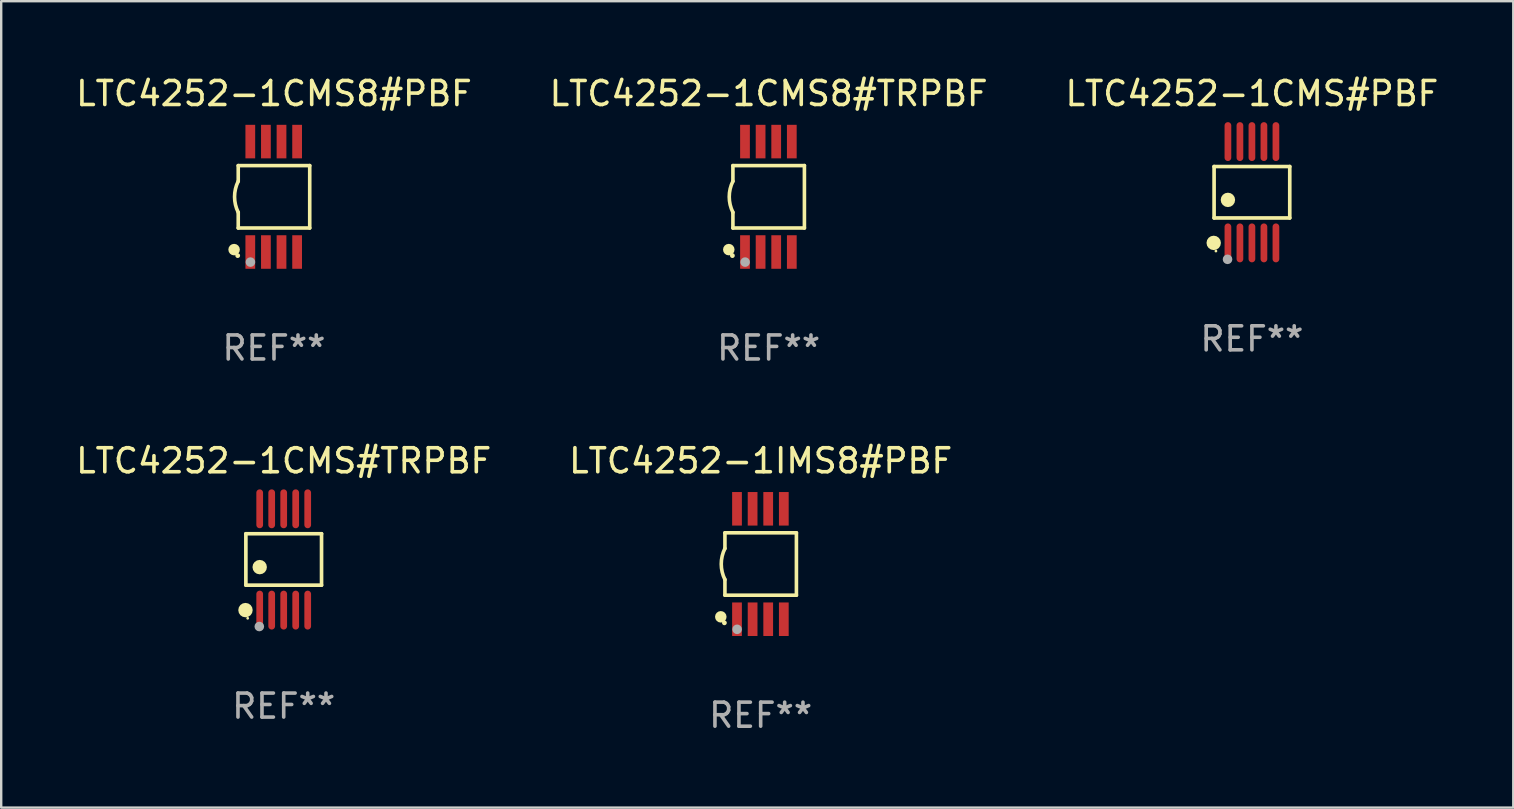
<source format=kicad_pcb>
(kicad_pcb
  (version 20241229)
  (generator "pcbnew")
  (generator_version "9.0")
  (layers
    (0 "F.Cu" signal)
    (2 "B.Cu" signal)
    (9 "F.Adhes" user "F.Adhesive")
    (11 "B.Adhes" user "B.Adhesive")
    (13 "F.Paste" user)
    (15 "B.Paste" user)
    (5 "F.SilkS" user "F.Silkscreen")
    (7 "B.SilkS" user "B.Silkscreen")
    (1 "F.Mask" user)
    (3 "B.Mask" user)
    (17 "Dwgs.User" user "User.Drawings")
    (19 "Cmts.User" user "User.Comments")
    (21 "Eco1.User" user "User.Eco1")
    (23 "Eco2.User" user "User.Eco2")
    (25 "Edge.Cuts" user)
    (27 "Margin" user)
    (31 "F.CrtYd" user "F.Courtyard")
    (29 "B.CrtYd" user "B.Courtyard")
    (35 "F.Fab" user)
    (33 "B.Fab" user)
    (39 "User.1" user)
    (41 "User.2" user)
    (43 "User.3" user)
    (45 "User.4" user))
  (footprint "LTC4252-1CMS8#PBF"
    (layer "F.Cu")
    (at 8.363 5.148)
    (property "Reference" "LTC4252-1CMS8#PBF" (at 0 -4.3 0) (layer "F.SilkS") (effects (font (size 1 1) (thickness 0.15))))
    (attr through_hole)
    (fp_line (start -1.489 -1.3) (end -1.489 -0.648) (stroke (width 0.15) (type solid)) (layer "F.SilkS"))
    (fp_line (start -1.489 0.648) (end -1.489 1.3) (stroke (width 0.15) (type solid)) (layer "F.SilkS"))
    (fp_line (start -1.489 1.3) (end 1.489 1.3) (stroke (width 0.15) (type solid)) (layer "F.SilkS"))
    (fp_line (start 1.489 -1.3) (end -1.489 -1.3) (stroke (width 0.15) (type solid)) (layer "F.SilkS"))
    (fp_line (start 1.489 1.3) (end 1.489 -1.3) (stroke (width 0.15) (type solid)) (layer "F.SilkS"))
    (fp_arc (start -1.489205 0.647702) (mid -1.642107 0) (end -1.489205 -0.647701) (stroke (width 0.150013) (type solid)) (layer "F.SilkS"))
    (fp_circle (center -1.661 2.2) (end -1.541 2.2) (stroke (width 0.24) (type solid)) (fill no) (layer "F.SilkS"))
    (fp_circle (center -1.511 2.45) (end -1.461 2.45) (stroke (width 0.1) (type solid)) (fill no) (layer "F.SilkS"))
    (fp_circle (center -0.981 2.72) (end -0.881 2.72) (stroke (width 0.2) (type solid)) (fill no) (layer "F.Fab"))
    (fp_text user "REF**" (at 0 6.3 0) (layer "F.Fab") (effects (font (size 1 1) (thickness 0.15))))
    (pad "1" smd rect (at -0.986 2.3) (size 0.406 1.397) (layers "F.Cu" "F.Mask" "F.Paste"))
    (pad "2" smd rect (at -0.336 2.3) (size 0.406 1.397) (layers "F.Cu" "F.Mask" "F.Paste"))
    (pad "3" smd rect (at 0.314 2.3) (size 0.406 1.397) (layers "F.Cu" "F.Mask" "F.Paste"))
    (pad "4" smd rect (at 0.964 2.3) (size 0.406 1.397) (layers "F.Cu" "F.Mask" "F.Paste"))
    (pad "5" smd rect (at 0.964 -2.3) (size 0.406 1.397) (layers "F.Cu" "F.Mask" "F.Paste"))
    (pad "6" smd rect (at 0.314 -2.3) (size 0.406 1.397) (layers "F.Cu" "F.Mask" "F.Paste"))
    (pad "7" smd rect (at -0.336 -2.3) (size 0.406 1.397) (layers "F.Cu" "F.Mask" "F.Paste"))
    (pad "8" smd rect (at -0.986 -2.3) (size 0.406 1.397) (layers "F.Cu" "F.Mask" "F.Paste")))
  (footprint "LTC4252-1CMS8#TRPBF"
    (layer "F.Cu")
    (at 28.97 5.148)
    (property "Reference" "LTC4252-1CMS8#TRPBF" (at 0 -4.3 0) (layer "F.SilkS") (effects (font (size 1 1) (thickness 0.15))))
    (attr through_hole)
    (fp_line (start -1.489 -1.3) (end -1.489 -0.648) (stroke (width 0.15) (type solid)) (layer "F.SilkS"))
    (fp_line (start -1.489 0.648) (end -1.489 1.3) (stroke (width 0.15) (type solid)) (layer "F.SilkS"))
    (fp_line (start -1.489 1.3) (end 1.489 1.3) (stroke (width 0.15) (type solid)) (layer "F.SilkS"))
    (fp_line (start 1.489 -1.3) (end -1.489 -1.3) (stroke (width 0.15) (type solid)) (layer "F.SilkS"))
    (fp_line (start 1.489 1.3) (end 1.489 -1.3) (stroke (width 0.15) (type solid)) (layer "F.SilkS"))
    (fp_arc (start -1.489205 0.647702) (mid -1.642107 0) (end -1.489205 -0.647701) (stroke (width 0.150013) (type solid)) (layer "F.SilkS"))
    (fp_circle (center -1.661 2.2) (end -1.541 2.2) (stroke (width 0.24) (type solid)) (fill no) (layer "F.SilkS"))
    (fp_circle (center -1.511 2.45) (end -1.461 2.45) (stroke (width 0.1) (type solid)) (fill no) (layer "F.SilkS"))
    (fp_circle (center -0.981 2.72) (end -0.881 2.72) (stroke (width 0.2) (type solid)) (fill no) (layer "F.Fab"))
    (fp_text user "REF**" (at 0 6.3 0) (layer "F.Fab") (effects (font (size 1 1) (thickness 0.15))))
    (pad "1" smd rect (at -0.986 2.3) (size 0.406 1.397) (layers "F.Cu" "F.Mask" "F.Paste"))
    (pad "2" smd rect (at -0.336 2.3) (size 0.406 1.397) (layers "F.Cu" "F.Mask" "F.Paste"))
    (pad "3" smd rect (at 0.314 2.3) (size 0.406 1.397) (layers "F.Cu" "F.Mask" "F.Paste"))
    (pad "4" smd rect (at 0.964 2.3) (size 0.406 1.397) (layers "F.Cu" "F.Mask" "F.Paste"))
    (pad "5" smd rect (at 0.964 -2.3) (size 0.406 1.397) (layers "F.Cu" "F.Mask" "F.Paste"))
    (pad "6" smd rect (at 0.314 -2.3) (size 0.406 1.397) (layers "F.Cu" "F.Mask" "F.Paste"))
    (pad "7" smd rect (at -0.336 -2.3) (size 0.406 1.397) (layers "F.Cu" "F.Mask" "F.Paste"))
    (pad "8" smd rect (at -0.986 -2.3) (size 0.406 1.397) (layers "F.Cu" "F.Mask" "F.Paste")))
  (footprint "LTC4252-1IMS8#PBF"
    (layer "F.Cu")
    (at 28.637 20.445)
    (property "Reference" "LTC4252-1IMS8#PBF" (at 0 -4.3 0) (layer "F.SilkS") (effects (font (size 1 1) (thickness 0.15))))
    (attr through_hole)
    (fp_line (start -1.489 -1.3) (end -1.489 -0.648) (stroke (width 0.15) (type solid)) (layer "F.SilkS"))
    (fp_line (start -1.489 0.648) (end -1.489 1.3) (stroke (width 0.15) (type solid)) (layer "F.SilkS"))
    (fp_line (start -1.489 1.3) (end 1.489 1.3) (stroke (width 0.15) (type solid)) (layer "F.SilkS"))
    (fp_line (start 1.489 -1.3) (end -1.489 -1.3) (stroke (width 0.15) (type solid)) (layer "F.SilkS"))
    (fp_line (start 1.489 1.3) (end 1.489 -1.3) (stroke (width 0.15) (type solid)) (layer "F.SilkS"))
    (fp_arc (start -1.489205 0.647702) (mid -1.642107 0) (end -1.489205 -0.647701) (stroke (width 0.150013) (type solid)) (layer "F.SilkS"))
    (fp_circle (center -1.661 2.2) (end -1.541 2.2) (stroke (width 0.24) (type solid)) (fill no) (layer "F.SilkS"))
    (fp_circle (center -1.511 2.45) (end -1.461 2.45) (stroke (width 0.1) (type solid)) (fill no) (layer "F.SilkS"))
    (fp_circle (center -0.981 2.72) (end -0.881 2.72) (stroke (width 0.2) (type solid)) (fill no) (layer "F.Fab"))
    (fp_text user "REF**" (at 0 6.3 0) (layer "F.Fab") (effects (font (size 1 1) (thickness 0.15))))
    (pad "1" smd rect (at -0.986 2.3) (size 0.406 1.397) (layers "F.Cu" "F.Mask" "F.Paste"))
    (pad "2" smd rect (at -0.336 2.3) (size 0.406 1.397) (layers "F.Cu" "F.Mask" "F.Paste"))
    (pad "3" smd rect (at 0.314 2.3) (size 0.406 1.397) (layers "F.Cu" "F.Mask" "F.Paste"))
    (pad "4" smd rect (at 0.964 2.3) (size 0.406 1.397) (layers "F.Cu" "F.Mask" "F.Paste"))
    (pad "5" smd rect (at 0.964 -2.3) (size 0.406 1.397) (layers "F.Cu" "F.Mask" "F.Paste"))
    (pad "6" smd rect (at 0.314 -2.3) (size 0.406 1.397) (layers "F.Cu" "F.Mask" "F.Paste"))
    (pad "7" smd rect (at -0.336 -2.3) (size 0.406 1.397) (layers "F.Cu" "F.Mask" "F.Paste"))
    (pad "8" smd rect (at -0.986 -2.3) (size 0.406 1.397) (layers "F.Cu" "F.Mask" "F.Paste")))
  (footprint "LTC4252-1CMS#TRPBF"
    (layer "F.Cu")
    (at 8.768 20.255)
    (property "Reference" "LTC4252-1CMS#TRPBF" (at 0 -4.11 0) (layer "F.SilkS") (effects (font (size 1 1) (thickness 0.15))))
    (attr through_hole)
    (fp_line (start -1.576 -1.071) (end 1.576 -1.071) (stroke (width 0.152) (type solid)) (layer "F.SilkS"))
    (fp_line (start -1.576 1.071) (end -1.576 -1.071) (stroke (width 0.152) (type solid)) (layer "F.SilkS"))
    (fp_line (start 1.576 -1.071) (end 1.576 1.071) (stroke (width 0.152) (type solid)) (layer "F.SilkS"))
    (fp_line (start 1.576 1.071) (end -1.576 1.071) (stroke (width 0.152) (type solid)) (layer "F.SilkS"))
    (fp_circle (center -1.592 2.11) (end -1.442 2.11) (stroke (width 0.3) (type solid)) (fill no) (layer "F.SilkS"))
    (fp_circle (center -1.5 2.45) (end -1.47 2.45) (stroke (width 0.06) (type solid)) (fill no) (layer "F.SilkS"))
    (fp_circle (center -1 0.319) (end -0.85 0.319) (stroke (width 0.3) (type solid)) (fill no) (layer "F.SilkS"))
    (fp_circle (center -1.016 2.794) (end -0.916 2.794) (stroke (width 0.2) (type solid)) (fill no) (layer "F.Fab"))
    (fp_text user "REF**" (at 0 6.11 0) (layer "F.Fab") (effects (font (size 1 1) (thickness 0.15))))
    (pad "1" smd oval (at -1 2.11) (size 0.28 1.62) (layers "F.Cu" "F.Mask" "F.Paste"))
    (pad "2" smd oval (at -0.5 2.11) (size 0.28 1.62) (layers "F.Cu" "F.Mask" "F.Paste"))
    (pad "3" smd oval (at 0 2.11) (size 0.28 1.62) (layers "F.Cu" "F.Mask" "F.Paste"))
    (pad "4" smd oval (at 0.5 2.11) (size 0.28 1.62) (layers "F.Cu" "F.Mask" "F.Paste"))
    (pad "5" smd oval (at 1 2.11) (size 0.28 1.62) (layers "F.Cu" "F.Mask" "F.Paste"))
    (pad "6" smd oval (at 1 -2.11) (size 0.28 1.62) (layers "F.Cu" "F.Mask" "F.Paste"))
    (pad "7" smd oval (at 0.5 -2.11) (size 0.28 1.62) (layers "F.Cu" "F.Mask" "F.Paste"))
    (pad "8" smd oval (at 0 -2.11) (size 0.28 1.62) (layers "F.Cu" "F.Mask" "F.Paste"))
    (pad "9" smd oval (at -0.5 -2.11) (size 0.28 1.62) (layers "F.Cu" "F.Mask" "F.Paste"))
    (pad "10" smd oval (at -1 -2.11) (size 0.28 1.62) (layers "F.Cu" "F.Mask" "F.Paste")))
  (footprint "LTC4252-1CMS#PBF"
    (layer "F.Cu")
    (at 49.101 4.958)
    (property "Reference" "LTC4252-1CMS#PBF" (at 0 -4.11 0) (layer "F.SilkS") (effects (font (size 1 1) (thickness 0.15))))
    (attr through_hole)
    (fp_line (start -1.576 -1.071) (end 1.576 -1.071) (stroke (width 0.152) (type solid)) (layer "F.SilkS"))
    (fp_line (start -1.576 1.071) (end -1.576 -1.071) (stroke (width 0.152) (type solid)) (layer "F.SilkS"))
    (fp_line (start 1.576 -1.071) (end 1.576 1.071) (stroke (width 0.152) (type solid)) (layer "F.SilkS"))
    (fp_line (start 1.576 1.071) (end -1.576 1.071) (stroke (width 0.152) (type solid)) (layer "F.SilkS"))
    (fp_circle (center -1.592 2.11) (end -1.442 2.11) (stroke (width 0.3) (type solid)) (fill no) (layer "F.SilkS"))
    (fp_circle (center -1.5 2.45) (end -1.47 2.45) (stroke (width 0.06) (type solid)) (fill no) (layer "F.SilkS"))
    (fp_circle (center -1 0.319) (end -0.85 0.319) (stroke (width 0.3) (type solid)) (fill no) (layer "F.SilkS"))
    (fp_circle (center -1.016 2.794) (end -0.916 2.794) (stroke (width 0.2) (type solid)) (fill no) (layer "F.Fab"))
    (fp_text user "REF**" (at 0 6.11 0) (layer "F.Fab") (effects (font (size 1 1) (thickness 0.15))))
    (pad "1" smd oval (at -1 2.11) (size 0.28 1.62) (layers "F.Cu" "F.Mask" "F.Paste"))
    (pad "2" smd oval (at -0.5 2.11) (size 0.28 1.62) (layers "F.Cu" "F.Mask" "F.Paste"))
    (pad "3" smd oval (at 0 2.11) (size 0.28 1.62) (layers "F.Cu" "F.Mask" "F.Paste"))
    (pad "4" smd oval (at 0.5 2.11) (size 0.28 1.62) (layers "F.Cu" "F.Mask" "F.Paste"))
    (pad "5" smd oval (at 1 2.11) (size 0.28 1.62) (layers "F.Cu" "F.Mask" "F.Paste"))
    (pad "6" smd oval (at 1 -2.11) (size 0.28 1.62) (layers "F.Cu" "F.Mask" "F.Paste"))
    (pad "7" smd oval (at 0.5 -2.11) (size 0.28 1.62) (layers "F.Cu" "F.Mask" "F.Paste"))
    (pad "8" smd oval (at 0 -2.11) (size 0.28 1.62) (layers "F.Cu" "F.Mask" "F.Paste"))
    (pad "9" smd oval (at -0.5 -2.11) (size 0.28 1.62) (layers "F.Cu" "F.Mask" "F.Paste"))
    (pad "10" smd oval (at -1 -2.11) (size 0.28 1.62) (layers "F.Cu" "F.Mask" "F.Paste")))
  (gr_rect
    (start -3 -3)
    (end 59.988 30.593)
    (stroke (width 0.1) (type default))
    (fill no)
    (layer "Edge.Cuts")))
</source>
